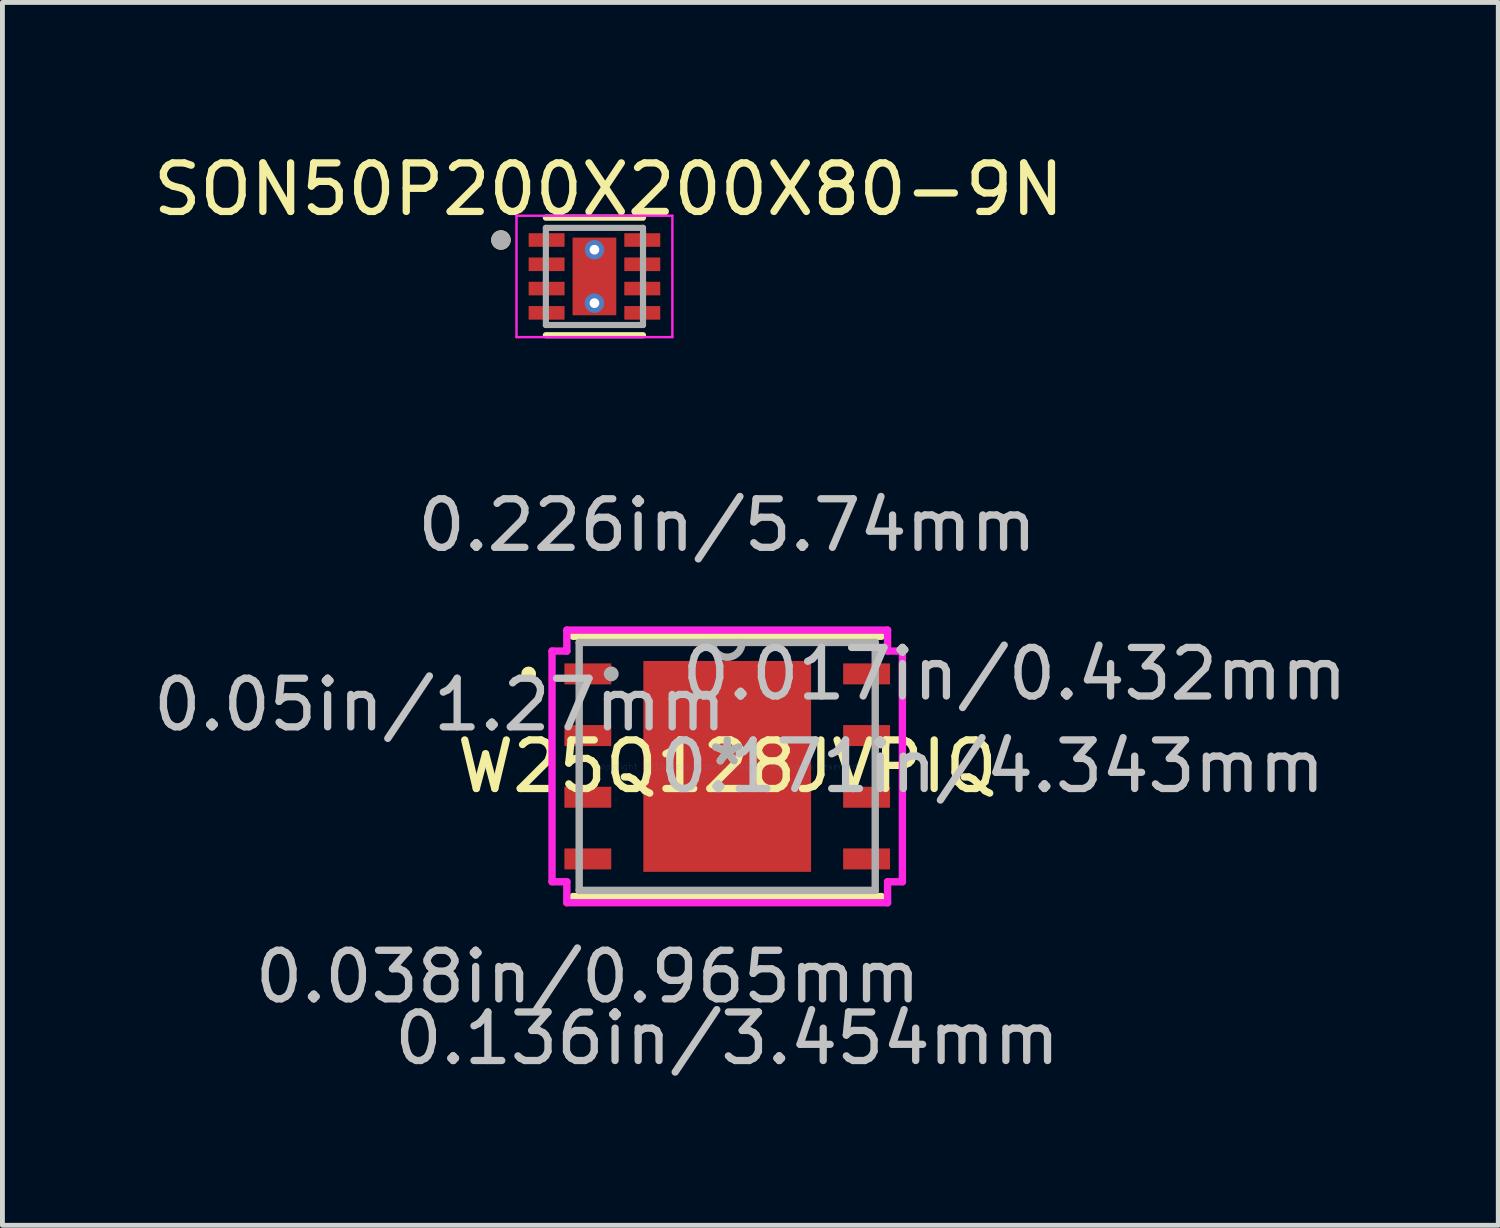
<source format=kicad_pcb>
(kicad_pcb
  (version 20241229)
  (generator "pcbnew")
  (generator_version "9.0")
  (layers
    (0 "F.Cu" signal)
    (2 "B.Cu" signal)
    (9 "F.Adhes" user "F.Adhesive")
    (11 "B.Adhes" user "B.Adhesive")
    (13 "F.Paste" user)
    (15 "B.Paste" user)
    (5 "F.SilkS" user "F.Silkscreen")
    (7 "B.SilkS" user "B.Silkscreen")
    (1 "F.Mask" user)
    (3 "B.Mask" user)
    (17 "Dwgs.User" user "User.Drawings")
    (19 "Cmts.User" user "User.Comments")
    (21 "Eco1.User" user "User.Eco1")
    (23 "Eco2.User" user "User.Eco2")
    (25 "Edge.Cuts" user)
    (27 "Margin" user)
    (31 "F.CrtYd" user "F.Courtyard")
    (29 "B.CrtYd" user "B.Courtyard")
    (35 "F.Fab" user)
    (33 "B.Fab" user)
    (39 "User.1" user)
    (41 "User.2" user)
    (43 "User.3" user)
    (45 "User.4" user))
  (footprint "W25Q128JVPIQ"
    (layer "F.Cu")
    (at 11.924 12.731)
    (property "Reference" "W25Q128JVPIQ" (at 0 0 0) (layer "F.SilkS") (effects (font (size 1 1) (thickness 0.15))))
    (attr through_hole)
    (fp_line (start -3.175 2.68) (end 3.175 2.68) (stroke (width 0.152) (type solid)) (layer "F.SilkS"))
    (fp_line (start 3.175 -2.68) (end -3.175 -2.68) (stroke (width 0.152) (type solid)) (layer "F.SilkS"))
    (fp_circle (center -4.089 -1.905) (end -4.013 -1.905) (stroke (width 0.152) (type solid)) (fill no) (layer "F.SilkS"))
    (fp_line (start -1.627 -2.072) (end -1.627 -0.824) (stroke (width 0.152) (type solid)) (layer "F.Paste"))
    (fp_line (start -1.627 -0.824) (end -0.1 -0.824) (stroke (width 0.152) (type solid)) (layer "F.Paste"))
    (fp_line (start -1.627 -0.624) (end -1.627 0.624) (stroke (width 0.152) (type solid)) (layer "F.Paste"))
    (fp_line (start -1.627 0.624) (end -0.1 0.624) (stroke (width 0.152) (type solid)) (layer "F.Paste"))
    (fp_line (start -1.627 0.824) (end -1.627 2.072) (stroke (width 0.152) (type solid)) (layer "F.Paste"))
    (fp_line (start -1.627 2.072) (end -0.1 2.072) (stroke (width 0.152) (type solid)) (layer "F.Paste"))
    (fp_line (start -0.1 -2.072) (end -1.627 -2.072) (stroke (width 0.152) (type solid)) (layer "F.Paste"))
    (fp_line (start -0.1 -0.824) (end -0.1 -2.072) (stroke (width 0.152) (type solid)) (layer "F.Paste"))
    (fp_line (start -0.1 -0.624) (end -1.627 -0.624) (stroke (width 0.152) (type solid)) (layer "F.Paste"))
    (fp_line (start -0.1 0.624) (end -0.1 -0.624) (stroke (width 0.152) (type solid)) (layer "F.Paste"))
    (fp_line (start -0.1 0.824) (end -1.627 0.824) (stroke (width 0.152) (type solid)) (layer "F.Paste"))
    (fp_line (start -0.1 2.072) (end -0.1 0.824) (stroke (width 0.152) (type solid)) (layer "F.Paste"))
    (fp_line (start 0.1 -2.072) (end 0.1 -0.824) (stroke (width 0.152) (type solid)) (layer "F.Paste"))
    (fp_line (start 0.1 -0.824) (end 1.627 -0.824) (stroke (width 0.152) (type solid)) (layer "F.Paste"))
    (fp_line (start 0.1 -0.624) (end 0.1 0.624) (stroke (width 0.152) (type solid)) (layer "F.Paste"))
    (fp_line (start 0.1 0.624) (end 1.627 0.624) (stroke (width 0.152) (type solid)) (layer "F.Paste"))
    (fp_line (start 0.1 0.824) (end 0.1 2.072) (stroke (width 0.152) (type solid)) (layer "F.Paste"))
    (fp_line (start 0.1 2.072) (end 1.627 2.072) (stroke (width 0.152) (type solid)) (layer "F.Paste"))
    (fp_line (start 1.627 -2.072) (end 0.1 -2.072) (stroke (width 0.152) (type solid)) (layer "F.Paste"))
    (fp_line (start 1.627 -0.824) (end 1.627 -2.072) (stroke (width 0.152) (type solid)) (layer "F.Paste"))
    (fp_line (start 1.627 -0.624) (end 0.1 -0.624) (stroke (width 0.152) (type solid)) (layer "F.Paste"))
    (fp_line (start 1.627 0.624) (end 1.627 -0.624) (stroke (width 0.152) (type solid)) (layer "F.Paste"))
    (fp_line (start 1.627 0.824) (end 0.1 0.824) (stroke (width 0.152) (type solid)) (layer "F.Paste"))
    (fp_line (start 1.627 2.072) (end 1.627 0.824) (stroke (width 0.152) (type solid)) (layer "F.Paste"))
    (fp_line (start -3.607 -2.375) (end -3.302 -2.375) (stroke (width 0.152) (type solid)) (layer "F.CrtYd"))
    (fp_line (start -3.607 2.375) (end -3.607 -2.375) (stroke (width 0.152) (type solid)) (layer "F.CrtYd"))
    (fp_line (start -3.302 -2.807) (end 3.302 -2.807) (stroke (width 0.152) (type solid)) (layer "F.CrtYd"))
    (fp_line (start -3.302 -2.375) (end -3.302 -2.807) (stroke (width 0.152) (type solid)) (layer "F.CrtYd"))
    (fp_line (start -3.302 2.375) (end -3.607 2.375) (stroke (width 0.152) (type solid)) (layer "F.CrtYd"))
    (fp_line (start -3.302 2.807) (end -3.302 2.375) (stroke (width 0.152) (type solid)) (layer "F.CrtYd"))
    (fp_line (start 3.302 -2.807) (end 3.302 -2.375) (stroke (width 0.152) (type solid)) (layer "F.CrtYd"))
    (fp_line (start 3.302 -2.375) (end 3.607 -2.375) (stroke (width 0.152) (type solid)) (layer "F.CrtYd"))
    (fp_line (start 3.302 2.375) (end 3.302 2.807) (stroke (width 0.152) (type solid)) (layer "F.CrtYd"))
    (fp_line (start 3.302 2.807) (end -3.302 2.807) (stroke (width 0.152) (type solid)) (layer "F.CrtYd"))
    (fp_line (start 3.607 -2.375) (end 3.607 2.375) (stroke (width 0.152) (type solid)) (layer "F.CrtYd"))
    (fp_line (start 3.607 2.375) (end 3.302 2.375) (stroke (width 0.152) (type solid)) (layer "F.CrtYd"))
    (fp_line (start -3.048 -2.553) (end -3.048 2.553) (stroke (width 0.152) (type solid)) (layer "F.Fab"))
    (fp_line (start -3.048 2.553) (end 3.048 2.553) (stroke (width 0.152) (type solid)) (layer "F.Fab"))
    (fp_line (start 3.048 -2.553) (end -3.048 -2.553) (stroke (width 0.152) (type solid)) (layer "F.Fab"))
    (fp_line (start 3.048 2.553) (end 3.048 -2.553) (stroke (width 0.152) (type solid)) (layer "F.Fab"))
    (fp_arc (start 0.3048 -2.5527) (mid 0 -2.2479) (end -0.3048 -2.5527) (stroke (width 0.1524) (type solid)) (layer "F.Fab"))
    (fp_circle (center -2.388 -1.905) (end -2.311 -1.905) (stroke (width 0.152) (type solid)) (fill no) (layer "F.Fab"))
    (fp_text user "*" (at 0 0 0) (layer "F.SilkS") (effects (font (size 1 1) (thickness 0.15))))
    (fp_text user "0.226in/5.74mm" (at 0 -4.966 0) (layer "Dwgs.User") (effects (font (size 1 1) (thickness 0.15))))
    (fp_text user "0.017in/0.432mm" (at 5.918 -1.905 0) (layer "Dwgs.User") (effects (font (size 1 1) (thickness 0.15))))
    (fp_text user "0.05in/1.27mm" (at -5.918 -1.27 0) (layer "Dwgs.User") (effects (font (size 1 1) (thickness 0.15))))
    (fp_text user "0.171in/4.343mm" (at 5.461 0 0) (layer "Dwgs.User") (effects (font (size 1 1) (thickness 0.15))))
    (fp_text user "0.136in/3.454mm" (at 0 5.601 0) (layer "Dwgs.User") (effects (font (size 1 1) (thickness 0.15))))
    (fp_text user "0.038in/0.965mm" (at -2.87 4.331 0) (layer "Dwgs.User") (effects (font (size 1 1) (thickness 0.15))))
    (fp_text user "Copyright 2016 Accelerated Designs. All rights reserved." (at 0 0 0) (layer "Cmts.User") (effects (font (size 0.127 0.127) (thickness 0.002))))
    (fp_text user "*" (at 0 0 0) (layer "F.Fab") (effects (font (size 1 1) (thickness 0.15))))
    (pad "1" smd rect (at -2.87 -1.905) (size 0.965 0.432) (layers "F.Cu" "F.Mask" "F.Paste"))
    (pad "2" smd rect (at -2.87 -0.635) (size 0.965 0.432) (layers "F.Cu" "F.Mask" "F.Paste"))
    (pad "3" smd rect (at -2.87 0.635) (size 0.965 0.432) (layers "F.Cu" "F.Mask" "F.Paste"))
    (pad "4" smd rect (at -2.87 1.905) (size 0.965 0.432) (layers "F.Cu" "F.Mask" "F.Paste"))
    (pad "5" smd rect (at 2.87 1.905) (size 0.965 0.432) (layers "F.Cu" "F.Mask" "F.Paste"))
    (pad "6" smd rect (at 2.87 0.635) (size 0.965 0.432) (layers "F.Cu" "F.Mask" "F.Paste"))
    (pad "7" smd rect (at 2.87 -0.635) (size 0.965 0.432) (layers "F.Cu" "F.Mask" "F.Paste"))
    (pad "8" smd rect (at 2.87 -1.905) (size 0.965 0.432) (layers "F.Cu" "F.Mask" "F.Paste"))
    (pad "9" smd rect (at 0 0) (size 3.454 4.343) (layers "F.Cu" "F.Mask" "F.Paste")))
  (footprint "SON50P200X200X80-9N"
    (layer "F.Cu")
    (at 9.19 2.642)
    (property "Reference" "SON50P200X200X80-9N" (at 0.292 -1.793 0) (layer "F.SilkS") (effects (font (size 1 1) (thickness 0.15))))
    (attr through_hole)
    (fp_line (start -1 -1.21) (end 1 -1.21) (stroke (width 0.127) (type solid)) (layer "F.SilkS"))
    (fp_line (start -1 1.21) (end 1 1.21) (stroke (width 0.127) (type solid)) (layer "F.SilkS"))
    (fp_circle (center -1.925 -0.75) (end -1.825 -0.75) (stroke (width 0.2) (type solid)) (fill no) (layer "F.SilkS"))
    (fp_poly (pts (xy -0.28 -0.51) (xy 0.28 -0.51) (xy 0.28 0.51) (xy -0.28 0.51)) (stroke (width 0.01) (type solid)) (fill yes) (layer "F.Paste"))
    (fp_line (start -1.605 -1.25) (end -1.605 1.25) (stroke (width 0.05) (type solid)) (layer "F.CrtYd"))
    (fp_line (start -1.605 -1.25) (end 1.605 -1.25) (stroke (width 0.05) (type solid)) (layer "F.CrtYd"))
    (fp_line (start -1.605 1.25) (end 1.605 1.25) (stroke (width 0.05) (type solid)) (layer "F.CrtYd"))
    (fp_line (start 1.605 -1.25) (end 1.605 1.25) (stroke (width 0.05) (type solid)) (layer "F.CrtYd"))
    (fp_line (start -1 -1) (end -1 1) (stroke (width 0.127) (type solid)) (layer "F.Fab"))
    (fp_line (start -1 -1) (end 1 -1) (stroke (width 0.127) (type solid)) (layer "F.Fab"))
    (fp_line (start -1 1) (end 1 1) (stroke (width 0.127) (type solid)) (layer "F.Fab"))
    (fp_line (start 1 -1) (end 1 1) (stroke (width 0.127) (type solid)) (layer "F.Fab"))
    (fp_circle (center -1.925 -0.75) (end -1.825 -0.75) (stroke (width 0.2) (type solid)) (fill no) (layer "F.Fab"))
    (pad "1" smd rect (at -0.985 -0.75) (size 0.74 0.28) (layers "F.Cu" "F.Mask" "F.Paste"))
    (pad "2" smd rect (at -0.985 -0.25) (size 0.74 0.28) (layers "F.Cu" "F.Mask" "F.Paste"))
    (pad "3" smd rect (at -0.985 0.25) (size 0.74 0.28) (layers "F.Cu" "F.Mask" "F.Paste"))
    (pad "4" smd rect (at -0.985 0.75) (size 0.74 0.28) (layers "F.Cu" "F.Mask" "F.Paste"))
    (pad "5" smd rect (at 0.985 0.75) (size 0.74 0.28) (layers "F.Cu" "F.Mask" "F.Paste"))
    (pad "6" smd rect (at 0.985 0.25) (size 0.74 0.28) (layers "F.Cu" "F.Mask" "F.Paste"))
    (pad "7" smd rect (at 0.985 -0.25) (size 0.74 0.28) (layers "F.Cu" "F.Mask" "F.Paste"))
    (pad "8" smd rect (at 0.985 -0.75) (size 0.74 0.28) (layers "F.Cu" "F.Mask" "F.Paste"))
    (pad "9" smd rect (at 0 0) (size 0.9 1.6) (layers "F.Cu" "F.Mask"))
    (pad "9_1" thru_hole circle (at 0 -0.55) (size 0.4 0.4) (drill 0.2) (layers "*.Cu"))
    (pad "9_2" thru_hole circle (at 0 0.55) (size 0.4 0.4) (drill 0.2) (layers "*.Cu")))
  (gr_rect
    (start -3 -3)
    (end 27.801 22.18)
    (stroke (width 0.1) (type default))
    (fill no)
    (layer "Edge.Cuts")))
</source>
